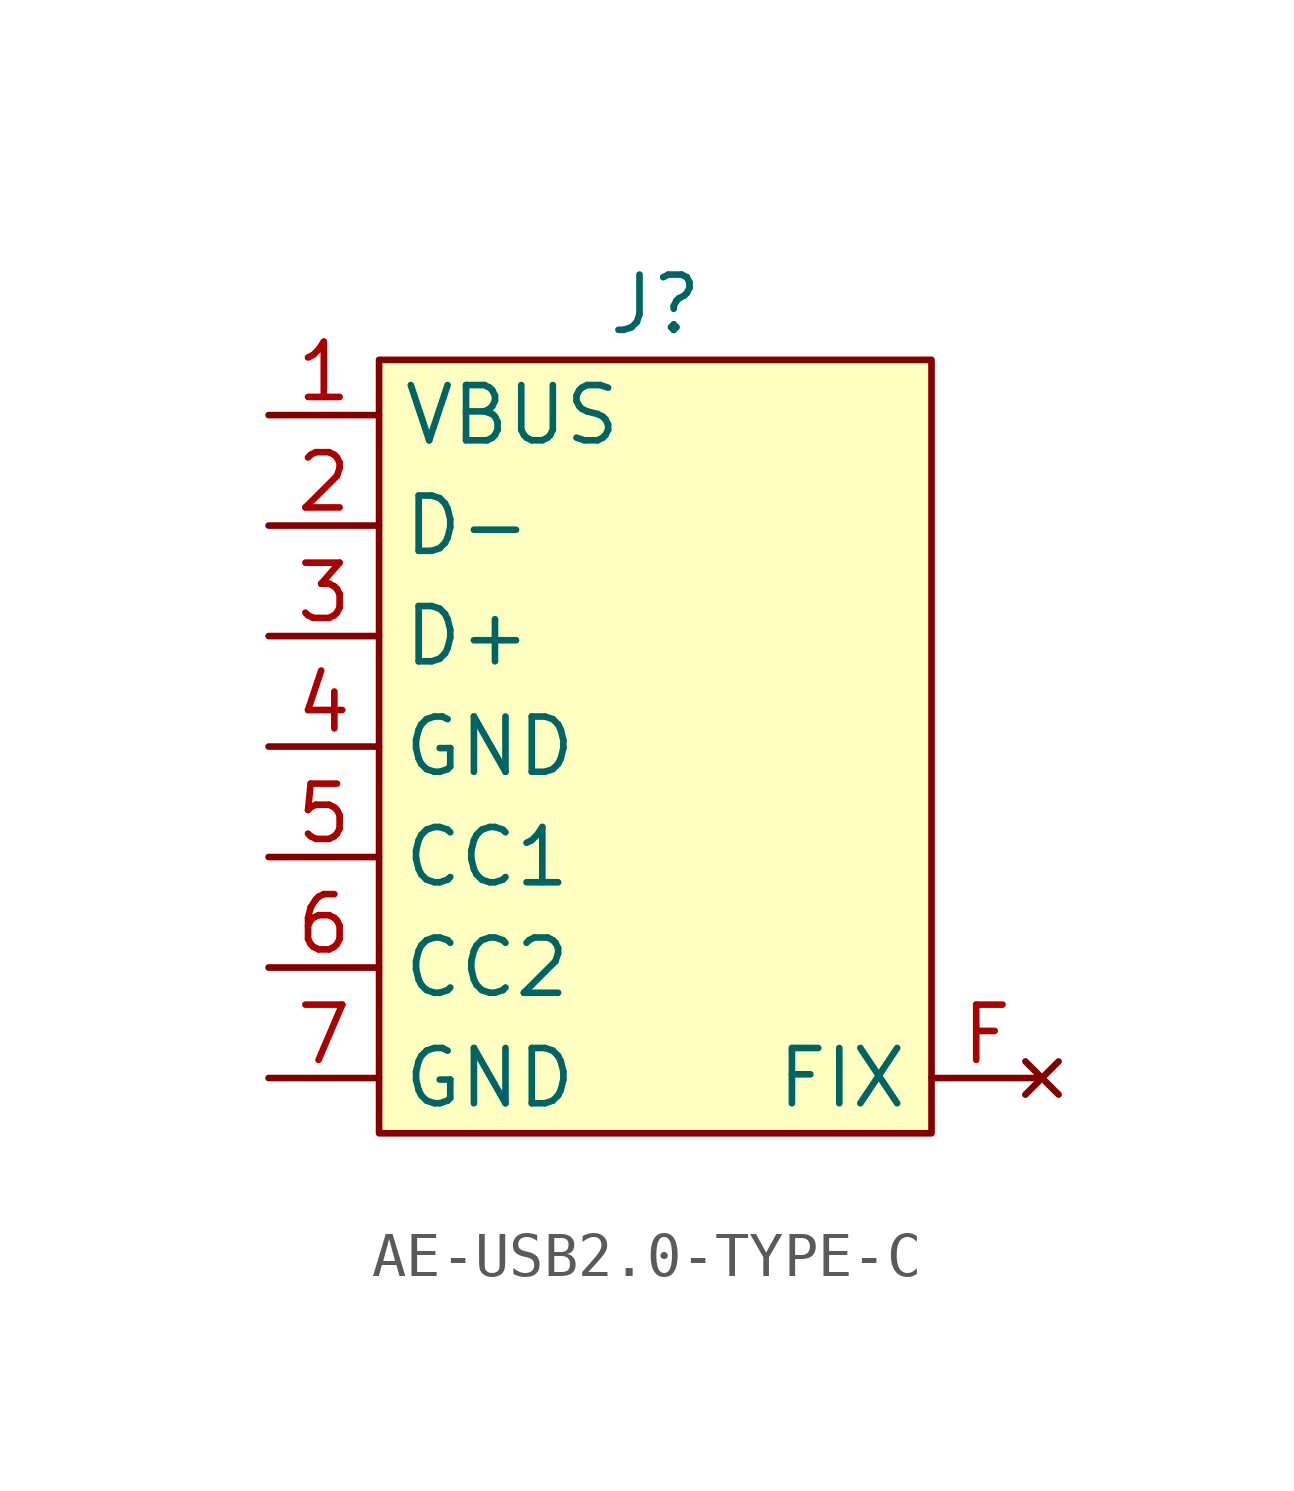
<source format=kicad_sym>
(kicad_symbol_lib
  (version 20220914)
  (generator kicad_symbol_editor)
  (symbol "AE-USB2.0-TYPE-C"
    (property "Reference" "J"
      (at 0 10.16 0)
      (effects (font (size 1.27 1.27))))
    (property "Value" ""
      (at -2.54 10.16 0)
      (effects (font (size 1.27 1.27))))
    (symbol "AE-USB2.0-TYPE-C_1_1"
      (rectangle (start -6.35 8.89) (end 6.35 -8.89) (stroke (width 0) (type default)) (fill (type background)))
      (pin power_out line (at -8.89 7.62 0) (length 2.54) (name "VBUS" (effects (font (size 1.27 1.27)))) (number "1" (effects (font (size 1.27 1.27)))))
      (pin passive line (at -8.89 5.08 0) (length 2.54) (name "D-" (effects (font (size 1.27 1.27)))) (number "2" (effects (font (size 1.27 1.27)))))
      (pin passive line (at -8.89 2.54 0) (length 2.54) (name "D+" (effects (font (size 1.27 1.27)))) (number "3" (effects (font (size 1.27 1.27)))))
      (pin power_out line (at -8.89 0 0) (length 2.54) (name "GND" (effects (font (size 1.27 1.27)))) (number "4" (effects (font (size 1.27 1.27)))))
      (pin passive line (at -8.89 -2.54 0) (length 2.54) (name "CC1" (effects (font (size 1.27 1.27)))) (number "5" (effects (font (size 1.27 1.27)))))
      (pin passive line (at -8.89 -5.08 0) (length 2.54) (name "CC2" (effects (font (size 1.27 1.27)))) (number "6" (effects (font (size 1.27 1.27)))))
      (pin passive line (at -8.89 -7.62 0) (length 2.54) (name "GND" (effects (font (size 1.27 1.27)))) (number "7" (effects (font (size 1.27 1.27)))))
      (pin no_connect line (at 8.89 -7.62 180) (length 2.54) (name "FIX" (effects (font (size 1.27 1.27)))) (number "F" (effects (font (size 1.27 1.27))))))))
</source>
